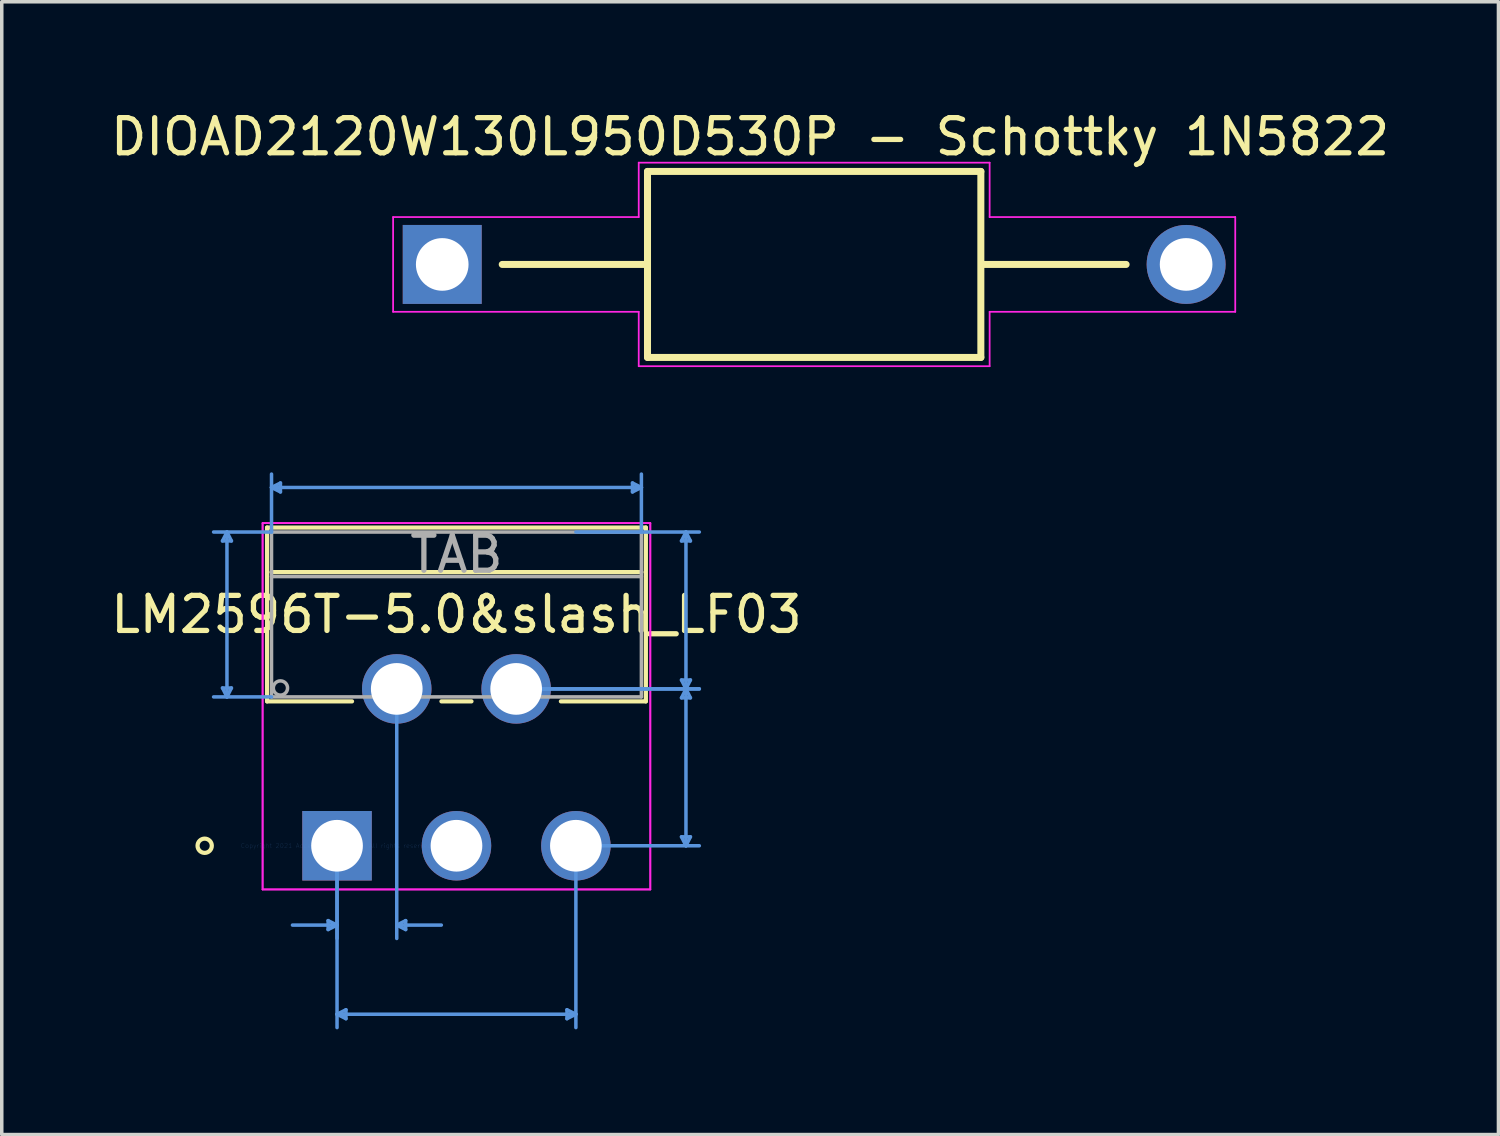
<source format=kicad_pcb>
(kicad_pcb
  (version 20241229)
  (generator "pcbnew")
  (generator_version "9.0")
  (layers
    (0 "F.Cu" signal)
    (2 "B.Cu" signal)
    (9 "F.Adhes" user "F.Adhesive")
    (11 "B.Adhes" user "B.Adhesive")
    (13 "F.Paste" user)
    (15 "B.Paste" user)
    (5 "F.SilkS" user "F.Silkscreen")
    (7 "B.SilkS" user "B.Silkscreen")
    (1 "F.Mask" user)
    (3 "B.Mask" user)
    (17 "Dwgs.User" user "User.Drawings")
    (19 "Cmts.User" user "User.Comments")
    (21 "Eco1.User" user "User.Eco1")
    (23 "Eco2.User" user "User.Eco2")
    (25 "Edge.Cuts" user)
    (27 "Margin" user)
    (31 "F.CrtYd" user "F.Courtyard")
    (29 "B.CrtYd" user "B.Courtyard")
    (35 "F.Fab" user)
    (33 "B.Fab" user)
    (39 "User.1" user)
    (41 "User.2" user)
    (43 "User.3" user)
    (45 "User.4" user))
  (footprint "LM2596T-5.0&slash_LF03"
    (layer "F.Cu")
    (at 6.555 21.053)
    (property "Reference" "LM2596T-5.0&slash_LF03" (at 3.404 -6.591 0) (layer "F.SilkS") (effects (font (size 1 1) (thickness 0.15))))
    (attr through_hole)
    (fp_line (start -1.994 -9.068) (end -1.994 -4.115) (stroke (width 0.12) (type solid)) (layer "F.SilkS"))
    (fp_line (start -1.994 -4.115) (end 0.427 -4.115) (stroke (width 0.12) (type solid)) (layer "F.SilkS"))
    (fp_line (start -1.867 -7.798) (end 8.674 -7.798) (stroke (width 0.12) (type solid)) (layer "F.SilkS"))
    (fp_line (start 2.976 -4.115) (end 3.831 -4.115) (stroke (width 0.12) (type solid)) (layer "F.SilkS"))
    (fp_line (start 6.38 -4.115) (end 8.801 -4.115) (stroke (width 0.12) (type solid)) (layer "F.SilkS"))
    (fp_line (start 8.801 -9.068) (end -1.994 -9.068) (stroke (width 0.12) (type solid)) (layer "F.SilkS"))
    (fp_line (start 8.801 -4.115) (end 8.801 -9.068) (stroke (width 0.12) (type solid)) (layer "F.SilkS"))
    (fp_circle (center -3.772 0) (end -3.569 0) (stroke (width 0.12) (type solid)) (fill no) (layer "F.SilkS"))
    (fp_line (start -3.264 -8.687) (end -3.01 -8.687) (stroke (width 0.1) (type solid)) (layer "Cmts.User"))
    (fp_line (start -3.264 -4.496) (end -3.01 -4.496) (stroke (width 0.1) (type solid)) (layer "Cmts.User"))
    (fp_line (start -3.137 -8.941) (end -3.264 -8.687) (stroke (width 0.1) (type solid)) (layer "Cmts.User"))
    (fp_line (start -3.137 -8.941) (end -3.137 -4.242) (stroke (width 0.1) (type solid)) (layer "Cmts.User"))
    (fp_line (start -3.137 -8.941) (end -3.01 -8.687) (stroke (width 0.1) (type solid)) (layer "Cmts.User"))
    (fp_line (start -3.137 -4.242) (end -3.264 -4.496) (stroke (width 0.1) (type solid)) (layer "Cmts.User"))
    (fp_line (start -3.137 -4.242) (end -3.01 -4.496) (stroke (width 0.1) (type solid)) (layer "Cmts.User"))
    (fp_line (start -1.867 -10.211) (end -1.613 -10.338) (stroke (width 0.1) (type solid)) (layer "Cmts.User"))
    (fp_line (start -1.867 -10.211) (end -1.613 -10.084) (stroke (width 0.1) (type solid)) (layer "Cmts.User"))
    (fp_line (start -1.867 -10.211) (end 8.674 -10.211) (stroke (width 0.1) (type solid)) (layer "Cmts.User"))
    (fp_line (start -1.867 -8.941) (end -3.518 -8.941) (stroke (width 0.1) (type solid)) (layer "Cmts.User"))
    (fp_line (start -1.867 -8.941) (end -1.867 -10.592) (stroke (width 0.1) (type solid)) (layer "Cmts.User"))
    (fp_line (start -1.867 -4.242) (end -3.518 -4.242) (stroke (width 0.1) (type solid)) (layer "Cmts.User"))
    (fp_line (start -1.613 -10.338) (end -1.613 -10.084) (stroke (width 0.1) (type solid)) (layer "Cmts.User"))
    (fp_line (start -0.254 2.134) (end -0.254 2.388) (stroke (width 0.1) (type solid)) (layer "Cmts.User"))
    (fp_line (start 0 0) (end 0 2.642) (stroke (width 0.1) (type solid)) (layer "Cmts.User"))
    (fp_line (start 0 0) (end 0 5.182) (stroke (width 0.1) (type solid)) (layer "Cmts.User"))
    (fp_line (start 0 2.261) (end -1.27 2.261) (stroke (width 0.1) (type solid)) (layer "Cmts.User"))
    (fp_line (start 0 2.261) (end -0.254 2.134) (stroke (width 0.1) (type solid)) (layer "Cmts.User"))
    (fp_line (start 0 2.261) (end -0.254 2.388) (stroke (width 0.1) (type solid)) (layer "Cmts.User"))
    (fp_line (start 0 4.801) (end 0.254 4.674) (stroke (width 0.1) (type solid)) (layer "Cmts.User"))
    (fp_line (start 0 4.801) (end 0.254 4.928) (stroke (width 0.1) (type solid)) (layer "Cmts.User"))
    (fp_line (start 0 4.801) (end 6.807 4.801) (stroke (width 0.1) (type solid)) (layer "Cmts.User"))
    (fp_line (start 0.254 4.674) (end 0.254 4.928) (stroke (width 0.1) (type solid)) (layer "Cmts.User"))
    (fp_line (start 1.702 -4.47) (end 1.702 2.642) (stroke (width 0.1) (type solid)) (layer "Cmts.User"))
    (fp_line (start 1.702 2.261) (end 1.956 2.134) (stroke (width 0.1) (type solid)) (layer "Cmts.User"))
    (fp_line (start 1.702 2.261) (end 1.956 2.388) (stroke (width 0.1) (type solid)) (layer "Cmts.User"))
    (fp_line (start 1.702 2.261) (end 2.972 2.261) (stroke (width 0.1) (type solid)) (layer "Cmts.User"))
    (fp_line (start 1.956 2.134) (end 1.956 2.388) (stroke (width 0.1) (type solid)) (layer "Cmts.User"))
    (fp_line (start 5.105 -4.47) (end 10.325 -4.47) (stroke (width 0.1) (type solid)) (layer "Cmts.User"))
    (fp_line (start 5.105 -4.47) (end 10.325 -4.47) (stroke (width 0.1) (type solid)) (layer "Cmts.User"))
    (fp_line (start 6.553 4.674) (end 6.553 4.928) (stroke (width 0.1) (type solid)) (layer "Cmts.User"))
    (fp_line (start 6.807 -8.941) (end 10.325 -8.941) (stroke (width 0.1) (type solid)) (layer "Cmts.User"))
    (fp_line (start 6.807 0) (end 6.807 5.182) (stroke (width 0.1) (type solid)) (layer "Cmts.User"))
    (fp_line (start 6.807 0) (end 10.325 0) (stroke (width 0.1) (type solid)) (layer "Cmts.User"))
    (fp_line (start 6.807 4.801) (end 6.553 4.674) (stroke (width 0.1) (type solid)) (layer "Cmts.User"))
    (fp_line (start 6.807 4.801) (end 6.553 4.928) (stroke (width 0.1) (type solid)) (layer "Cmts.User"))
    (fp_line (start 8.42 -10.338) (end 8.42 -10.084) (stroke (width 0.1) (type solid)) (layer "Cmts.User"))
    (fp_line (start 8.674 -10.211) (end 8.42 -10.338) (stroke (width 0.1) (type solid)) (layer "Cmts.User"))
    (fp_line (start 8.674 -10.211) (end 8.42 -10.084) (stroke (width 0.1) (type solid)) (layer "Cmts.User"))
    (fp_line (start 8.674 -8.941) (end 8.674 -10.592) (stroke (width 0.1) (type solid)) (layer "Cmts.User"))
    (fp_line (start 9.817 -8.687) (end 10.071 -8.687) (stroke (width 0.1) (type solid)) (layer "Cmts.User"))
    (fp_line (start 9.817 -4.724) (end 10.071 -4.724) (stroke (width 0.1) (type solid)) (layer "Cmts.User"))
    (fp_line (start 9.817 -4.216) (end 10.071 -4.216) (stroke (width 0.1) (type solid)) (layer "Cmts.User"))
    (fp_line (start 9.817 -0.254) (end 10.071 -0.254) (stroke (width 0.1) (type solid)) (layer "Cmts.User"))
    (fp_line (start 9.944 -8.941) (end 9.817 -8.687) (stroke (width 0.1) (type solid)) (layer "Cmts.User"))
    (fp_line (start 9.944 -8.941) (end 9.944 -4.47) (stroke (width 0.1) (type solid)) (layer "Cmts.User"))
    (fp_line (start 9.944 -8.941) (end 10.071 -8.687) (stroke (width 0.1) (type solid)) (layer "Cmts.User"))
    (fp_line (start 9.944 -4.47) (end 9.817 -4.724) (stroke (width 0.1) (type solid)) (layer "Cmts.User"))
    (fp_line (start 9.944 -4.47) (end 9.817 -4.216) (stroke (width 0.1) (type solid)) (layer "Cmts.User"))
    (fp_line (start 9.944 -4.47) (end 9.944 0) (stroke (width 0.1) (type solid)) (layer "Cmts.User"))
    (fp_line (start 9.944 -4.47) (end 10.071 -4.724) (stroke (width 0.1) (type solid)) (layer "Cmts.User"))
    (fp_line (start 9.944 -4.47) (end 10.071 -4.216) (stroke (width 0.1) (type solid)) (layer "Cmts.User"))
    (fp_line (start 9.944 0) (end 9.817 -0.254) (stroke (width 0.1) (type solid)) (layer "Cmts.User"))
    (fp_line (start 9.944 0) (end 10.071 -0.254) (stroke (width 0.1) (type solid)) (layer "Cmts.User"))
    (fp_line (start -2.121 -9.195) (end -2.121 1.245) (stroke (width 0.05) (type solid)) (layer "F.CrtYd"))
    (fp_line (start -2.121 -9.195) (end -2.121 1.245) (stroke (width 0.05) (type solid)) (layer "F.CrtYd"))
    (fp_line (start -2.121 1.245) (end 8.928 1.245) (stroke (width 0.05) (type solid)) (layer "F.CrtYd"))
    (fp_line (start -2.121 1.245) (end 8.928 1.245) (stroke (width 0.05) (type solid)) (layer "F.CrtYd"))
    (fp_line (start 8.928 -9.195) (end -2.121 -9.195) (stroke (width 0.05) (type solid)) (layer "F.CrtYd"))
    (fp_line (start 8.928 -9.195) (end -2.121 -9.195) (stroke (width 0.05) (type solid)) (layer "F.CrtYd"))
    (fp_line (start 8.928 1.245) (end 8.928 -9.195) (stroke (width 0.05) (type solid)) (layer "F.CrtYd"))
    (fp_line (start 8.928 1.245) (end 8.928 -9.195) (stroke (width 0.05) (type solid)) (layer "F.CrtYd"))
    (fp_line (start -1.867 -8.941) (end -1.867 -4.242) (stroke (width 0.1) (type solid)) (layer "F.Fab"))
    (fp_line (start -1.867 -7.671) (end 8.674 -7.671) (stroke (width 0.1) (type solid)) (layer "F.Fab"))
    (fp_line (start -1.867 -4.242) (end 8.674 -4.242) (stroke (width 0.1) (type solid)) (layer "F.Fab"))
    (fp_line (start 8.674 -8.941) (end -1.867 -8.941) (stroke (width 0.1) (type solid)) (layer "F.Fab"))
    (fp_line (start 8.674 -4.242) (end 8.674 -8.941) (stroke (width 0.1) (type solid)) (layer "F.Fab"))
    (fp_circle (center -1.613 -4.496) (end -1.41 -4.496) (stroke (width 0.1) (type solid)) (fill no) (layer "F.Fab"))
    (fp_text user "*" (at 0 0 0) (layer "F.SilkS") (effects (font (size 1 1) (thickness 0.15))))
    (fp_text user "Copyright 2021 Accelerated Designs. All rights reserved." (at 0 0 0) (layer "Cmts.User") (effects (font (size 0.127 0.127) (thickness 0.002))))
    (fp_text user "TAB" (at 3.404 -8.306 0) (layer "F.Fab") (effects (font (size 1 1) (thickness 0.15))))
    (fp_text user "*" (at 0 0 0) (layer "F.Fab") (effects (font (size 1 1) (thickness 0.15))))
    (pad "1" thru_hole rect (at 0 0) (size 1.981 1.981) (drill 1.473) (layers "*.Cu" "*.Mask"))
    (pad "2" thru_hole circle (at 1.702 -4.47) (size 1.981 1.981) (drill 1.473) (layers "*.Cu" "*.Mask"))
    (pad "3" thru_hole circle (at 3.404 0) (size 1.981 1.981) (drill 1.473) (layers "*.Cu" "*.Mask"))
    (pad "4" thru_hole circle (at 5.105 -4.47) (size 1.981 1.981) (drill 1.473) (layers "*.Cu" "*.Mask"))
    (pad "5" thru_hole circle (at 6.807 0) (size 1.981 1.981) (drill 1.473) (layers "*.Cu" "*.Mask")))
  (footprint "DIOAD2120W130L950D530P - Schottky 1N5822"
    (layer "F.Cu")
    (at 20.153 4.486)
    (property "Reference" "DIOAD2120W130L950D530P - Schottky 1N5822" (at -1.826 -3.637 0) (layer "F.SilkS") (effects (font (size 1.001 1.001) (thickness 0.15))))
    (attr through_hole)
    (fp_line (start -8.89 0) (end -4.8 0) (stroke (width 0.2) (type solid)) (layer "F.SilkS"))
    (fp_line (start -4.75 -2.65) (end 4.75 -2.65) (stroke (width 0.2) (type solid)) (layer "F.SilkS"))
    (fp_line (start -4.75 2.65) (end -4.75 -2.65) (stroke (width 0.2) (type solid)) (layer "F.SilkS"))
    (fp_line (start 4.75 -2.65) (end 4.75 2.65) (stroke (width 0.2) (type solid)) (layer "F.SilkS"))
    (fp_line (start 4.75 2.65) (end -4.75 2.65) (stroke (width 0.2) (type solid)) (layer "F.SilkS"))
    (fp_line (start 8.89 0) (end 4.8 0) (stroke (width 0.2) (type solid)) (layer "F.SilkS"))
    (fp_line (start -12 -1.35) (end -5 -1.35) (stroke (width 0.05) (type solid)) (layer "F.CrtYd"))
    (fp_line (start -12 1.35) (end -12 -1.35) (stroke (width 0.05) (type solid)) (layer "F.CrtYd"))
    (fp_line (start -12 1.35) (end -5 1.35) (stroke (width 0.05) (type solid)) (layer "F.CrtYd"))
    (fp_line (start -5 -2.9) (end 5 -2.9) (stroke (width 0.05) (type solid)) (layer "F.CrtYd"))
    (fp_line (start -5 -1.35) (end -5 -2.9) (stroke (width 0.05) (type solid)) (layer "F.CrtYd"))
    (fp_line (start -5 1.35) (end -5 2.9) (stroke (width 0.05) (type solid)) (layer "F.CrtYd"))
    (fp_line (start 5 -1.35) (end 5 -2.9) (stroke (width 0.05) (type solid)) (layer "F.CrtYd"))
    (fp_line (start 5 1.35) (end 5 2.9) (stroke (width 0.05) (type solid)) (layer "F.CrtYd"))
    (fp_line (start 5 1.35) (end 12 1.35) (stroke (width 0.05) (type solid)) (layer "F.CrtYd"))
    (fp_line (start 5 2.9) (end -5 2.9) (stroke (width 0.05) (type solid)) (layer "F.CrtYd"))
    (fp_line (start 12 -1.35) (end 5 -1.35) (stroke (width 0.05) (type solid)) (layer "F.CrtYd"))
    (fp_line (start 12 -1.35) (end 12 1.35) (stroke (width 0.05) (type solid)) (layer "F.CrtYd"))
    (pad "A" thru_hole circle (at 10.6 0) (size 2.25 2.25) (drill 1.5) (layers "*.Cu" "*.Mask"))
    (pad "C" thru_hole rect (at -10.6 0) (size 2.25 2.25) (drill 1.5) (layers "*.Cu" "*.Mask")))
  (gr_rect
    (start -3 -3)
    (end 39.654 29.284)
    (stroke (width 0.1) (type default))
    (fill no)
    (layer "Edge.Cuts")))
</source>
